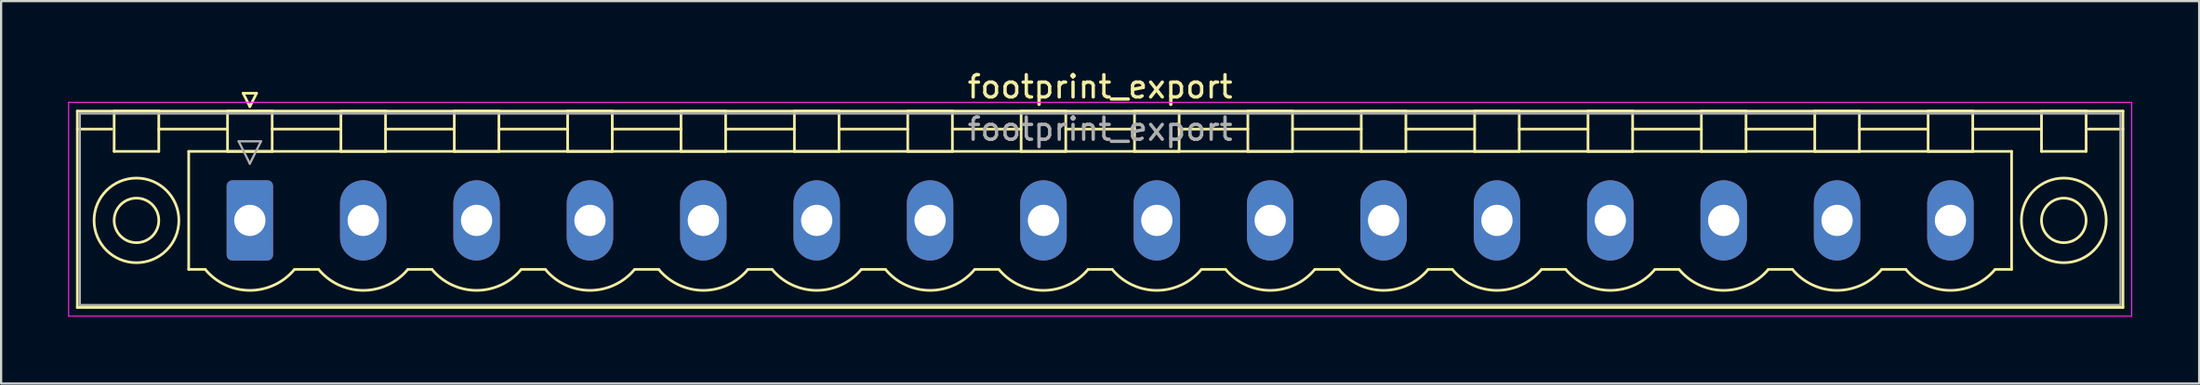
<source format=kicad_pcb>
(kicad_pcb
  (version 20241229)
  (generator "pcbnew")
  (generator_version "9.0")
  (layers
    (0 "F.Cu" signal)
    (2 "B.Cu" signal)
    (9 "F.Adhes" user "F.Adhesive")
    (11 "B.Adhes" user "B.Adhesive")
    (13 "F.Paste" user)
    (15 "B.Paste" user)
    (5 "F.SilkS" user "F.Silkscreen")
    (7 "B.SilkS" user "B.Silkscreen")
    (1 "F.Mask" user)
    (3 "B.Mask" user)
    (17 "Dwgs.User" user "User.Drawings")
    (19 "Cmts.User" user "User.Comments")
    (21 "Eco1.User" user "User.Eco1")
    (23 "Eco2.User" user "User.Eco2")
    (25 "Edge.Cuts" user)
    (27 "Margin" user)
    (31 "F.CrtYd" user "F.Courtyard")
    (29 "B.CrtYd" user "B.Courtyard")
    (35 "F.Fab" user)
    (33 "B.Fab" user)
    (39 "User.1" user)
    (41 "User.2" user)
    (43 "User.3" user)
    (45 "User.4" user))
  (footprint "footprint_export"
    (layer "F.Cu")
    (at 8.145 6.848)
    (property "Reference" "footprint_export" (at 38.1 -6 0) (layer "F.SilkS") (effects (font (size 1 1) (thickness 0.15))))
    (attr through_hole)
    (fp_line (start -7.73 -4.91) (end -7.73 3.91) (stroke (width 0.12) (type solid)) (layer "F.SilkS"))
    (fp_line (start -7.73 -4.1) (end -6.19 -4.1) (stroke (width 0.12) (type solid)) (layer "F.SilkS"))
    (fp_line (start -7.73 3.91) (end 83.93 3.91) (stroke (width 0.12) (type solid)) (layer "F.SilkS"))
    (fp_line (start -6.08 -4.91) (end -4.08 -4.91) (stroke (width 0.12) (type solid)) (layer "F.SilkS"))
    (fp_line (start -6.08 -3.1) (end -6.08 -4.91) (stroke (width 0.12) (type solid)) (layer "F.SilkS"))
    (fp_line (start -4.08 -4.91) (end -4.08 -3.1) (stroke (width 0.12) (type solid)) (layer "F.SilkS"))
    (fp_line (start -4.08 -4.1) (end -1 -4.1) (stroke (width 0.12) (type solid)) (layer "F.SilkS"))
    (fp_line (start -4.08 -3.1) (end -6.08 -3.1) (stroke (width 0.12) (type solid)) (layer "F.SilkS"))
    (fp_line (start -2.74 -3.1) (end 78.94 -3.1) (stroke (width 0.12) (type solid)) (layer "F.SilkS"))
    (fp_line (start -2.74 2.2) (end -2.74 -3.1) (stroke (width 0.12) (type solid)) (layer "F.SilkS"))
    (fp_line (start -2 2.2) (end -2.74 2.2) (stroke (width 0.12) (type solid)) (layer "F.SilkS"))
    (fp_line (start -1 -4.91) (end 1 -4.91) (stroke (width 0.12) (type solid)) (layer "F.SilkS"))
    (fp_line (start -1 -3.1) (end -1 -4.91) (stroke (width 0.12) (type solid)) (layer "F.SilkS"))
    (fp_line (start -0.3 -5.71) (end 0.3 -5.71) (stroke (width 0.12) (type solid)) (layer "F.SilkS"))
    (fp_line (start 0 -5.11) (end -0.3 -5.71) (stroke (width 0.12) (type solid)) (layer "F.SilkS"))
    (fp_line (start 0.3 -5.71) (end 0 -5.11) (stroke (width 0.12) (type solid)) (layer "F.SilkS"))
    (fp_line (start 1 -4.91) (end 1 -3.1) (stroke (width 0.12) (type solid)) (layer "F.SilkS"))
    (fp_line (start 1 -4.1) (end 4.08 -4.1) (stroke (width 0.12) (type solid)) (layer "F.SilkS"))
    (fp_line (start 1 -3.1) (end -1 -3.1) (stroke (width 0.12) (type solid)) (layer "F.SilkS"))
    (fp_line (start 2 2.2) (end 3.08 2.2) (stroke (width 0.12) (type solid)) (layer "F.SilkS"))
    (fp_line (start 4.08 -4.91) (end 6.08 -4.91) (stroke (width 0.12) (type solid)) (layer "F.SilkS"))
    (fp_line (start 4.08 -3.1) (end 4.08 -4.91) (stroke (width 0.12) (type solid)) (layer "F.SilkS"))
    (fp_line (start 6.08 -4.91) (end 6.08 -3.1) (stroke (width 0.12) (type solid)) (layer "F.SilkS"))
    (fp_line (start 6.08 -4.1) (end 9.16 -4.1) (stroke (width 0.12) (type solid)) (layer "F.SilkS"))
    (fp_line (start 6.08 -3.1) (end 4.08 -3.1) (stroke (width 0.12) (type solid)) (layer "F.SilkS"))
    (fp_line (start 7.08 2.2) (end 8.16 2.2) (stroke (width 0.12) (type solid)) (layer "F.SilkS"))
    (fp_line (start 9.16 -4.91) (end 11.16 -4.91) (stroke (width 0.12) (type solid)) (layer "F.SilkS"))
    (fp_line (start 9.16 -3.1) (end 9.16 -4.91) (stroke (width 0.12) (type solid)) (layer "F.SilkS"))
    (fp_line (start 11.16 -4.91) (end 11.16 -3.1) (stroke (width 0.12) (type solid)) (layer "F.SilkS"))
    (fp_line (start 11.16 -4.1) (end 14.24 -4.1) (stroke (width 0.12) (type solid)) (layer "F.SilkS"))
    (fp_line (start 11.16 -3.1) (end 9.16 -3.1) (stroke (width 0.12) (type solid)) (layer "F.SilkS"))
    (fp_line (start 12.16 2.2) (end 13.24 2.2) (stroke (width 0.12) (type solid)) (layer "F.SilkS"))
    (fp_line (start 14.24 -4.91) (end 16.24 -4.91) (stroke (width 0.12) (type solid)) (layer "F.SilkS"))
    (fp_line (start 14.24 -3.1) (end 14.24 -4.91) (stroke (width 0.12) (type solid)) (layer "F.SilkS"))
    (fp_line (start 16.24 -4.91) (end 16.24 -3.1) (stroke (width 0.12) (type solid)) (layer "F.SilkS"))
    (fp_line (start 16.24 -4.1) (end 19.32 -4.1) (stroke (width 0.12) (type solid)) (layer "F.SilkS"))
    (fp_line (start 16.24 -3.1) (end 14.24 -3.1) (stroke (width 0.12) (type solid)) (layer "F.SilkS"))
    (fp_line (start 17.24 2.2) (end 18.32 2.2) (stroke (width 0.12) (type solid)) (layer "F.SilkS"))
    (fp_line (start 19.32 -4.91) (end 21.32 -4.91) (stroke (width 0.12) (type solid)) (layer "F.SilkS"))
    (fp_line (start 19.32 -3.1) (end 19.32 -4.91) (stroke (width 0.12) (type solid)) (layer "F.SilkS"))
    (fp_line (start 21.32 -4.91) (end 21.32 -3.1) (stroke (width 0.12) (type solid)) (layer "F.SilkS"))
    (fp_line (start 21.32 -4.1) (end 24.4 -4.1) (stroke (width 0.12) (type solid)) (layer "F.SilkS"))
    (fp_line (start 21.32 -3.1) (end 19.32 -3.1) (stroke (width 0.12) (type solid)) (layer "F.SilkS"))
    (fp_line (start 22.32 2.2) (end 23.4 2.2) (stroke (width 0.12) (type solid)) (layer "F.SilkS"))
    (fp_line (start 24.4 -4.91) (end 26.4 -4.91) (stroke (width 0.12) (type solid)) (layer "F.SilkS"))
    (fp_line (start 24.4 -3.1) (end 24.4 -4.91) (stroke (width 0.12) (type solid)) (layer "F.SilkS"))
    (fp_line (start 26.4 -4.91) (end 26.4 -3.1) (stroke (width 0.12) (type solid)) (layer "F.SilkS"))
    (fp_line (start 26.4 -4.1) (end 29.48 -4.1) (stroke (width 0.12) (type solid)) (layer "F.SilkS"))
    (fp_line (start 26.4 -3.1) (end 24.4 -3.1) (stroke (width 0.12) (type solid)) (layer "F.SilkS"))
    (fp_line (start 27.4 2.2) (end 28.48 2.2) (stroke (width 0.12) (type solid)) (layer "F.SilkS"))
    (fp_line (start 29.48 -4.91) (end 31.48 -4.91) (stroke (width 0.12) (type solid)) (layer "F.SilkS"))
    (fp_line (start 29.48 -3.1) (end 29.48 -4.91) (stroke (width 0.12) (type solid)) (layer "F.SilkS"))
    (fp_line (start 31.48 -4.91) (end 31.48 -3.1) (stroke (width 0.12) (type solid)) (layer "F.SilkS"))
    (fp_line (start 31.48 -4.1) (end 34.56 -4.1) (stroke (width 0.12) (type solid)) (layer "F.SilkS"))
    (fp_line (start 31.48 -3.1) (end 29.48 -3.1) (stroke (width 0.12) (type solid)) (layer "F.SilkS"))
    (fp_line (start 32.48 2.2) (end 33.56 2.2) (stroke (width 0.12) (type solid)) (layer "F.SilkS"))
    (fp_line (start 34.56 -4.91) (end 36.56 -4.91) (stroke (width 0.12) (type solid)) (layer "F.SilkS"))
    (fp_line (start 34.56 -3.1) (end 34.56 -4.91) (stroke (width 0.12) (type solid)) (layer "F.SilkS"))
    (fp_line (start 36.56 -4.91) (end 36.56 -3.1) (stroke (width 0.12) (type solid)) (layer "F.SilkS"))
    (fp_line (start 36.56 -4.1) (end 39.64 -4.1) (stroke (width 0.12) (type solid)) (layer "F.SilkS"))
    (fp_line (start 36.56 -3.1) (end 34.56 -3.1) (stroke (width 0.12) (type solid)) (layer "F.SilkS"))
    (fp_line (start 37.56 2.2) (end 38.64 2.2) (stroke (width 0.12) (type solid)) (layer "F.SilkS"))
    (fp_line (start 39.64 -4.91) (end 41.64 -4.91) (stroke (width 0.12) (type solid)) (layer "F.SilkS"))
    (fp_line (start 39.64 -3.1) (end 39.64 -4.91) (stroke (width 0.12) (type solid)) (layer "F.SilkS"))
    (fp_line (start 41.64 -4.91) (end 41.64 -3.1) (stroke (width 0.12) (type solid)) (layer "F.SilkS"))
    (fp_line (start 41.64 -4.1) (end 44.72 -4.1) (stroke (width 0.12) (type solid)) (layer "F.SilkS"))
    (fp_line (start 41.64 -3.1) (end 39.64 -3.1) (stroke (width 0.12) (type solid)) (layer "F.SilkS"))
    (fp_line (start 42.64 2.2) (end 43.72 2.2) (stroke (width 0.12) (type solid)) (layer "F.SilkS"))
    (fp_line (start 44.72 -4.91) (end 46.72 -4.91) (stroke (width 0.12) (type solid)) (layer "F.SilkS"))
    (fp_line (start 44.72 -3.1) (end 44.72 -4.91) (stroke (width 0.12) (type solid)) (layer "F.SilkS"))
    (fp_line (start 46.72 -4.91) (end 46.72 -3.1) (stroke (width 0.12) (type solid)) (layer "F.SilkS"))
    (fp_line (start 46.72 -4.1) (end 49.8 -4.1) (stroke (width 0.12) (type solid)) (layer "F.SilkS"))
    (fp_line (start 46.72 -3.1) (end 44.72 -3.1) (stroke (width 0.12) (type solid)) (layer "F.SilkS"))
    (fp_line (start 47.72 2.2) (end 48.8 2.2) (stroke (width 0.12) (type solid)) (layer "F.SilkS"))
    (fp_line (start 49.8 -4.91) (end 51.8 -4.91) (stroke (width 0.12) (type solid)) (layer "F.SilkS"))
    (fp_line (start 49.8 -3.1) (end 49.8 -4.91) (stroke (width 0.12) (type solid)) (layer "F.SilkS"))
    (fp_line (start 51.8 -4.91) (end 51.8 -3.1) (stroke (width 0.12) (type solid)) (layer "F.SilkS"))
    (fp_line (start 51.8 -4.1) (end 54.88 -4.1) (stroke (width 0.12) (type solid)) (layer "F.SilkS"))
    (fp_line (start 51.8 -3.1) (end 49.8 -3.1) (stroke (width 0.12) (type solid)) (layer "F.SilkS"))
    (fp_line (start 52.8 2.2) (end 53.88 2.2) (stroke (width 0.12) (type solid)) (layer "F.SilkS"))
    (fp_line (start 54.88 -4.91) (end 56.88 -4.91) (stroke (width 0.12) (type solid)) (layer "F.SilkS"))
    (fp_line (start 54.88 -3.1) (end 54.88 -4.91) (stroke (width 0.12) (type solid)) (layer "F.SilkS"))
    (fp_line (start 56.88 -4.91) (end 56.88 -3.1) (stroke (width 0.12) (type solid)) (layer "F.SilkS"))
    (fp_line (start 56.88 -4.1) (end 59.96 -4.1) (stroke (width 0.12) (type solid)) (layer "F.SilkS"))
    (fp_line (start 56.88 -3.1) (end 54.88 -3.1) (stroke (width 0.12) (type solid)) (layer "F.SilkS"))
    (fp_line (start 57.88 2.2) (end 58.96 2.2) (stroke (width 0.12) (type solid)) (layer "F.SilkS"))
    (fp_line (start 59.96 -4.91) (end 61.96 -4.91) (stroke (width 0.12) (type solid)) (layer "F.SilkS"))
    (fp_line (start 59.96 -3.1) (end 59.96 -4.91) (stroke (width 0.12) (type solid)) (layer "F.SilkS"))
    (fp_line (start 61.96 -4.91) (end 61.96 -3.1) (stroke (width 0.12) (type solid)) (layer "F.SilkS"))
    (fp_line (start 61.96 -4.1) (end 65.04 -4.1) (stroke (width 0.12) (type solid)) (layer "F.SilkS"))
    (fp_line (start 61.96 -3.1) (end 59.96 -3.1) (stroke (width 0.12) (type solid)) (layer "F.SilkS"))
    (fp_line (start 62.96 2.2) (end 64.04 2.2) (stroke (width 0.12) (type solid)) (layer "F.SilkS"))
    (fp_line (start 65.04 -4.91) (end 67.04 -4.91) (stroke (width 0.12) (type solid)) (layer "F.SilkS"))
    (fp_line (start 65.04 -3.1) (end 65.04 -4.91) (stroke (width 0.12) (type solid)) (layer "F.SilkS"))
    (fp_line (start 67.04 -4.91) (end 67.04 -3.1) (stroke (width 0.12) (type solid)) (layer "F.SilkS"))
    (fp_line (start 67.04 -4.1) (end 70.12 -4.1) (stroke (width 0.12) (type solid)) (layer "F.SilkS"))
    (fp_line (start 67.04 -3.1) (end 65.04 -3.1) (stroke (width 0.12) (type solid)) (layer "F.SilkS"))
    (fp_line (start 68.04 2.2) (end 69.12 2.2) (stroke (width 0.12) (type solid)) (layer "F.SilkS"))
    (fp_line (start 70.12 -4.91) (end 72.12 -4.91) (stroke (width 0.12) (type solid)) (layer "F.SilkS"))
    (fp_line (start 70.12 -3.1) (end 70.12 -4.91) (stroke (width 0.12) (type solid)) (layer "F.SilkS"))
    (fp_line (start 72.12 -4.91) (end 72.12 -3.1) (stroke (width 0.12) (type solid)) (layer "F.SilkS"))
    (fp_line (start 72.12 -4.1) (end 75.2 -4.1) (stroke (width 0.12) (type solid)) (layer "F.SilkS"))
    (fp_line (start 72.12 -3.1) (end 70.12 -3.1) (stroke (width 0.12) (type solid)) (layer "F.SilkS"))
    (fp_line (start 73.12 2.2) (end 74.2 2.2) (stroke (width 0.12) (type solid)) (layer "F.SilkS"))
    (fp_line (start 75.2 -4.91) (end 77.2 -4.91) (stroke (width 0.12) (type solid)) (layer "F.SilkS"))
    (fp_line (start 75.2 -3.1) (end 75.2 -4.91) (stroke (width 0.12) (type solid)) (layer "F.SilkS"))
    (fp_line (start 77.2 -4.91) (end 77.2 -3.1) (stroke (width 0.12) (type solid)) (layer "F.SilkS"))
    (fp_line (start 77.2 -4.1) (end 80.28 -4.1) (stroke (width 0.12) (type solid)) (layer "F.SilkS"))
    (fp_line (start 77.2 -3.1) (end 75.2 -3.1) (stroke (width 0.12) (type solid)) (layer "F.SilkS"))
    (fp_line (start 78.94 -3.1) (end 78.94 2.2) (stroke (width 0.12) (type solid)) (layer "F.SilkS"))
    (fp_line (start 78.94 2.2) (end 78.2 2.2) (stroke (width 0.12) (type solid)) (layer "F.SilkS"))
    (fp_line (start 80.28 -4.91) (end 82.28 -4.91) (stroke (width 0.12) (type solid)) (layer "F.SilkS"))
    (fp_line (start 80.28 -3.1) (end 80.28 -4.91) (stroke (width 0.12) (type solid)) (layer "F.SilkS"))
    (fp_line (start 82.28 -4.91) (end 82.28 -3.1) (stroke (width 0.12) (type solid)) (layer "F.SilkS"))
    (fp_line (start 82.28 -3.1) (end 80.28 -3.1) (stroke (width 0.12) (type solid)) (layer "F.SilkS"))
    (fp_line (start 83.93 -4.91) (end -7.73 -4.91) (stroke (width 0.12) (type solid)) (layer "F.SilkS"))
    (fp_line (start 83.93 -4.1) (end 82.39 -4.1) (stroke (width 0.12) (type solid)) (layer "F.SilkS"))
    (fp_line (start 83.93 3.91) (end 83.93 -4.91) (stroke (width 0.12) (type solid)) (layer "F.SilkS"))
    (fp_arc (start 1.986842 2.215821) (mid -0.010289 3.142758) (end -2 2.2) (stroke (width 0.12) (type solid)) (layer "F.SilkS"))
    (fp_arc (start 7.066842 2.215821) (mid 5.069711 3.142758) (end 3.08 2.2) (stroke (width 0.12) (type solid)) (layer "F.SilkS"))
    (fp_arc (start 12.146842 2.215821) (mid 10.149711 3.142758) (end 8.16 2.2) (stroke (width 0.12) (type solid)) (layer "F.SilkS"))
    (fp_arc (start 17.226842 2.215821) (mid 15.229711 3.142758) (end 13.24 2.2) (stroke (width 0.12) (type solid)) (layer "F.SilkS"))
    (fp_arc (start 22.306842 2.215821) (mid 20.309711 3.142758) (end 18.32 2.2) (stroke (width 0.12) (type solid)) (layer "F.SilkS"))
    (fp_arc (start 27.386842 2.215821) (mid 25.389711 3.142758) (end 23.4 2.2) (stroke (width 0.12) (type solid)) (layer "F.SilkS"))
    (fp_arc (start 32.466842 2.215821) (mid 30.469711 3.142758) (end 28.48 2.2) (stroke (width 0.12) (type solid)) (layer "F.SilkS"))
    (fp_arc (start 37.546842 2.215821) (mid 35.549711 3.142758) (end 33.56 2.2) (stroke (width 0.12) (type solid)) (layer "F.SilkS"))
    (fp_arc (start 42.626842 2.215821) (mid 40.629711 3.142758) (end 38.64 2.2) (stroke (width 0.12) (type solid)) (layer "F.SilkS"))
    (fp_arc (start 47.706842 2.215821) (mid 45.709711 3.142758) (end 43.72 2.2) (stroke (width 0.12) (type solid)) (layer "F.SilkS"))
    (fp_arc (start 52.786842 2.215821) (mid 50.789711 3.142758) (end 48.8 2.2) (stroke (width 0.12) (type solid)) (layer "F.SilkS"))
    (fp_arc (start 57.866842 2.215821) (mid 55.869711 3.142758) (end 53.88 2.2) (stroke (width 0.12) (type solid)) (layer "F.SilkS"))
    (fp_arc (start 62.946842 2.215821) (mid 60.949711 3.142758) (end 58.96 2.2) (stroke (width 0.12) (type solid)) (layer "F.SilkS"))
    (fp_arc (start 68.026842 2.215821) (mid 66.029711 3.142758) (end 64.04 2.2) (stroke (width 0.12) (type solid)) (layer "F.SilkS"))
    (fp_arc (start 73.106842 2.215821) (mid 71.109711 3.142758) (end 69.12 2.2) (stroke (width 0.12) (type solid)) (layer "F.SilkS"))
    (fp_arc (start 78.186842 2.215821) (mid 76.189711 3.142758) (end 74.2 2.2) (stroke (width 0.12) (type solid)) (layer "F.SilkS"))
    (fp_circle (center -5.08 0) (end -4.08 0) (stroke (width 0.12) (type solid)) (fill no) (layer "F.SilkS"))
    (fp_circle (center -5.08 0) (end -3.18 0) (stroke (width 0.12) (type solid)) (fill no) (layer "F.SilkS"))
    (fp_circle (center 81.28 0) (end 82.28 0) (stroke (width 0.12) (type solid)) (fill no) (layer "F.SilkS"))
    (fp_circle (center 81.28 0) (end 83.18 0) (stroke (width 0.12) (type solid)) (fill no) (layer "F.SilkS"))
    (fp_line (start -8.12 -5.3) (end -8.12 4.3) (stroke (width 0.05) (type solid)) (layer "F.CrtYd"))
    (fp_line (start -8.12 4.3) (end 84.32 4.3) (stroke (width 0.05) (type solid)) (layer "F.CrtYd"))
    (fp_line (start 84.32 -5.3) (end -8.12 -5.3) (stroke (width 0.05) (type solid)) (layer "F.CrtYd"))
    (fp_line (start 84.32 4.3) (end 84.32 -5.3) (stroke (width 0.05) (type solid)) (layer "F.CrtYd"))
    (fp_line (start -7.62 -4.8) (end -7.62 3.8) (stroke (width 0.1) (type solid)) (layer "F.Fab"))
    (fp_line (start -7.62 3.8) (end 83.82 3.8) (stroke (width 0.1) (type solid)) (layer "F.Fab"))
    (fp_line (start -0.5 -3.55) (end 0.5 -3.55) (stroke (width 0.1) (type solid)) (layer "F.Fab"))
    (fp_line (start 0 -2.55) (end -0.5 -3.55) (stroke (width 0.1) (type solid)) (layer "F.Fab"))
    (fp_line (start 0.5 -3.55) (end 0 -2.55) (stroke (width 0.1) (type solid)) (layer "F.Fab"))
    (fp_line (start 83.82 -4.8) (end -7.62 -4.8) (stroke (width 0.1) (type solid)) (layer "F.Fab"))
    (fp_line (start 83.82 3.8) (end 83.82 -4.8) (stroke (width 0.1) (type solid)) (layer "F.Fab"))
    (fp_text user "${REFERENCE}" (at 38.1 -4.1 0) (layer "F.Fab") (effects (font (size 1 1) (thickness 0.15))))
    (pad "1" thru_hole roundrect (at 0 0) (size 2.08 3.6) (drill 1.4) (layers "*.Cu" "*.Mask") (roundrect_rratio 0.12))
    (pad "2" thru_hole oval (at 5.08 0) (size 2.08 3.6) (drill 1.4) (layers "*.Cu" "*.Mask"))
    (pad "3" thru_hole oval (at 10.16 0) (size 2.08 3.6) (drill 1.4) (layers "*.Cu" "*.Mask"))
    (pad "4" thru_hole oval (at 15.24 0) (size 2.08 3.6) (drill 1.4) (layers "*.Cu" "*.Mask"))
    (pad "5" thru_hole oval (at 20.32 0) (size 2.08 3.6) (drill 1.4) (layers "*.Cu" "*.Mask"))
    (pad "6" thru_hole oval (at 25.4 0) (size 2.08 3.6) (drill 1.4) (layers "*.Cu" "*.Mask"))
    (pad "7" thru_hole oval (at 30.48 0) (size 2.08 3.6) (drill 1.4) (layers "*.Cu" "*.Mask"))
    (pad "8" thru_hole oval (at 35.56 0) (size 2.08 3.6) (drill 1.4) (layers "*.Cu" "*.Mask"))
    (pad "9" thru_hole oval (at 40.64 0) (size 2.08 3.6) (drill 1.4) (layers "*.Cu" "*.Mask"))
    (pad "10" thru_hole oval (at 45.72 0) (size 2.08 3.6) (drill 1.4) (layers "*.Cu" "*.Mask"))
    (pad "11" thru_hole oval (at 50.8 0) (size 2.08 3.6) (drill 1.4) (layers "*.Cu" "*.Mask"))
    (pad "12" thru_hole oval (at 55.88 0) (size 2.08 3.6) (drill 1.4) (layers "*.Cu" "*.Mask"))
    (pad "13" thru_hole oval (at 60.96 0) (size 2.08 3.6) (drill 1.4) (layers "*.Cu" "*.Mask"))
    (pad "14" thru_hole oval (at 66.04 0) (size 2.08 3.6) (drill 1.4) (layers "*.Cu" "*.Mask"))
    (pad "15" thru_hole oval (at 71.12 0) (size 2.08 3.6) (drill 1.4) (layers "*.Cu" "*.Mask"))
    (pad "16" thru_hole oval (at 76.2 0) (size 2.08 3.6) (drill 1.4) (layers "*.Cu" "*.Mask")))
  (gr_rect
    (start -3 -3)
    (end 95.49 14.173)
    (stroke (width 0.1) (type default))
    (fill no)
    (layer "Edge.Cuts")))
</source>
